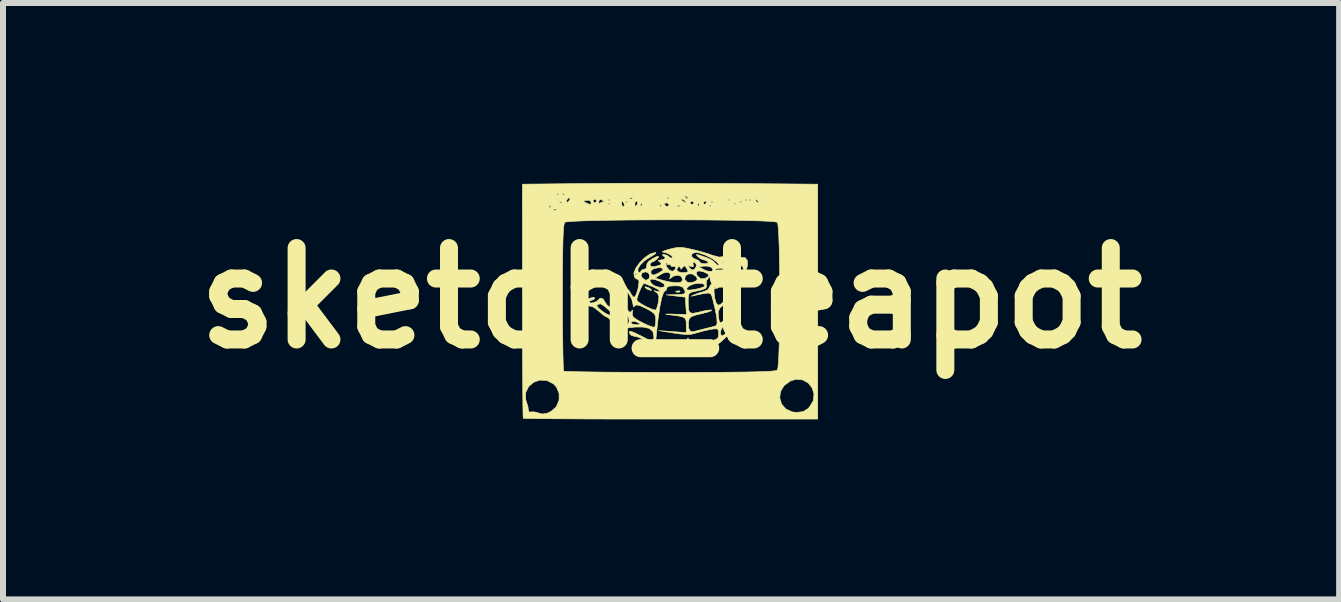
<source format=kicad_pcb>
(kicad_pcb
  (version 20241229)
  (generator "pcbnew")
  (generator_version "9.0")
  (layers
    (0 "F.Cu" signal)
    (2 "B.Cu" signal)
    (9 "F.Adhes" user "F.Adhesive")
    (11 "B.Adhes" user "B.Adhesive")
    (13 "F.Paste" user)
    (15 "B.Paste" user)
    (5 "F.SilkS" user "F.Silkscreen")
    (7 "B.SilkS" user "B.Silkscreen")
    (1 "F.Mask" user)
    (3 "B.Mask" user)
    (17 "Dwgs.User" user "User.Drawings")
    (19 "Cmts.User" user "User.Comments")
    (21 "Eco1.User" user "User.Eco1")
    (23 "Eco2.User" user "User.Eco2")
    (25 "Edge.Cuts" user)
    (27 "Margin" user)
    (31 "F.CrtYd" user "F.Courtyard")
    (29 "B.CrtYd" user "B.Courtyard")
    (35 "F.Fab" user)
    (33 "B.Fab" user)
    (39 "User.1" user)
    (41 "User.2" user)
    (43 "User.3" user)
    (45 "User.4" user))
  (footprint "sketch_teapot"
    (layer "F.Cu")
    (at 8.135 1.919)
    (property "Reference" "sketch_teapot" (at 0 0 0) (layer "F.SilkS") (effects (font (size 1.524 1.524) (thickness 0.3))))
    (attr through_hole)
    (fp_poly (pts (xy 0.15 -0.114) (xy 0.141 -0.1) (xy 0.108 -0.098) (xy 0.075 -0.106) (xy 0.089 -0.117) (xy 0.139 -0.121) (xy 0.15 -0.114)) (stroke (width 0.01) (type solid)) (fill yes) (layer "F.SilkS"))
    (fp_poly (pts (xy 0.436 0.902) (xy 0.426 0.916) (xy 0.394 0.918) (xy 0.36 0.91) (xy 0.375 0.899) (xy 0.425 0.895) (xy 0.436 0.902)) (stroke (width 0.01) (type solid)) (fill yes) (layer "F.SilkS"))
    (fp_poly (pts (xy 0.563 0.87) (xy 0.553 0.884) (xy 0.521 0.886) (xy 0.487 0.879) (xy 0.502 0.867) (xy 0.552 0.864) (xy 0.563 0.87)) (stroke (width 0.01) (type solid)) (fill yes) (layer "F.SilkS"))
    (fp_poly (pts (xy 0.656 0.836) (xy 0.652 0.855) (xy 0.635 0.857) (xy 0.609 0.846) (xy 0.614 0.836) (xy 0.652 0.832) (xy 0.656 0.836)) (stroke (width 0.01) (type solid)) (fill yes) (layer "F.SilkS"))
    (fp_poly (pts (xy -0.376 -0.174) (xy -0.349 -0.159) (xy -0.324 -0.134) (xy -0.333 -0.128) (xy -0.386 -0.144) (xy -0.413 -0.159) (xy -0.438 -0.184) (xy -0.429 -0.19) (xy -0.376 -0.174)) (stroke (width 0.01) (type solid)) (fill yes) (layer "F.SilkS"))
    (fp_poly (pts (xy 0.167 0.803) (xy 0.182 0.811) (xy 0.142 0.816) (xy 0.095 0.817) (xy 0.027 0.814) (xy 0.008 0.808) (xy 0.024 0.803) (xy 0.116 0.798) (xy 0.167 0.803)) (stroke (width 0.01) (type solid)) (fill yes) (layer "F.SilkS"))
    (fp_poly (pts (xy 0.85 -0.238) (xy 0.83 -0.212) (xy 0.782 -0.17) (xy 0.742 -0.158) (xy 0.73 -0.174) (xy 0.755 -0.198) (xy 0.802 -0.226) (xy 0.85 -0.25) (xy 0.85 -0.238)) (stroke (width 0.01) (type solid)) (fill yes) (layer "F.SilkS"))
    (fp_poly (pts (xy 0.024 -1.914) (xy 0.413 -1.914) (xy 0.786 -1.912) (xy 1.087 -1.91) (xy 2.445 -1.899) (xy 2.445 0.058) (xy 2.445 2.016) (xy -0.003 2.016) (xy -0.391 2.016) (xy -0.761 2.015) (xy -1.107 2.015) (xy -1.425 2.014) (xy -1.709 2.012) (xy -1.956 2.011) (xy -2.159 2.009) (xy -2.314 2.007) (xy -2.417 2.005) (xy -2.462 2.003) (xy -2.463 2.003) (xy -2.466 1.97) (xy -2.468 1.878) (xy -2.47 1.735) (xy -2.47 1.683) (xy -2.425 1.683) (xy -2.409 1.734) (xy -2.384 1.813) (xy -2.379 1.87) (xy -2.364 1.9) (xy -2.344 1.898) (xy -2.282 1.896) (xy -2.238 1.907) (xy -2.148 1.932) (xy -2.067 1.92) (xy -2.002 1.89) (xy -1.913 1.812) (xy -1.867 1.705) (xy -1.866 1.665) (xy 1.812 1.665) (xy 1.842 1.766) (xy 1.913 1.848) (xy 2.021 1.897) (xy 2.096 1.905) (xy 2.202 1.892) (xy 2.282 1.843) (xy 2.303 1.821) (xy 2.37 1.713) (xy 2.383 1.601) (xy 2.353 1.498) (xy 2.286 1.414) (xy 2.192 1.362) (xy 2.079 1.353) (xy 1.99 1.381) (xy 1.883 1.459) (xy 1.824 1.558) (xy 1.812 1.665) (xy -1.866 1.665) (xy -1.866 1.588) (xy -1.911 1.48) (xy -1.961 1.428) (xy -2.072 1.372) (xy -2.187 1.367) (xy -2.291 1.403) (xy -2.373 1.474) (xy -2.422 1.57) (xy -2.425 1.683) (xy -2.47 1.683) (xy -2.472 1.544) (xy -2.473 1.311) (xy -2.475 1.043) (xy -2.476 0.744) (xy -2.476 0.419) (xy -2.476 0.075) (xy -2.477 0.045) (xy -2.477 -0.015) (xy -1.81 -0.015) (xy -1.809 0.256) (xy -1.808 0.508) (xy -1.805 0.732) (xy -1.802 0.922) (xy -1.798 1.07) (xy -1.794 1.17) (xy -1.789 1.215) (xy -1.789 1.217) (xy -1.754 1.221) (xy -1.661 1.225) (xy -1.517 1.228) (xy -1.326 1.231) (xy -1.096 1.234) (xy -0.831 1.236) (xy -0.537 1.237) (xy -0.221 1.238) (xy -0.017 1.238) (xy 0.386 1.238) (xy 0.73 1.237) (xy 1.017 1.235) (xy 1.252 1.232) (xy 1.438 1.228) (xy 1.58 1.223) (xy 1.68 1.217) (xy 1.742 1.21) (xy 1.77 1.201) (xy 1.772 1.2) (xy 1.782 1.159) (xy 1.791 1.062) (xy 1.798 0.92) (xy 1.804 0.74) (xy 1.808 0.53) (xy 1.811 0.301) (xy 1.813 0.059) (xy 1.812 -0.185) (xy 1.811 -0.425) (xy 1.807 -0.65) (xy 1.803 -0.853) (xy 1.796 -1.024) (xy 1.789 -1.155) (xy 1.78 -1.238) (xy 1.772 -1.264) (xy 1.732 -1.272) (xy 1.636 -1.28) (xy 1.49 -1.287) (xy 1.303 -1.292) (xy 1.08 -1.297) (xy 0.829 -1.3) (xy 0.558 -1.303) (xy 0.273 -1.304) (xy -0.019 -1.305) (xy -0.311 -1.304) (xy -0.595 -1.303) (xy -0.864 -1.3) (xy -1.111 -1.296) (xy -1.33 -1.292) (xy -1.512 -1.286) (xy -1.651 -1.279) (xy -1.741 -1.271) (xy -1.772 -1.264) (xy -1.782 -1.235) (xy -1.791 -1.171) (xy -1.798 -1.065) (xy -1.803 -0.915) (xy -1.806 -0.716) (xy -1.809 -0.463) (xy -1.81 -0.153) (xy -1.81 -0.015) (xy -2.477 -0.015) (xy -2.477 -1.482) (xy -1.958 -1.482) (xy -1.954 -1.463) (xy -1.937 -1.46) (xy -1.911 -1.472) (xy -1.916 -1.482) (xy -1.953 -1.485) (xy -1.958 -1.482) (xy -2.477 -1.482) (xy -2.477 -1.524) (xy -2.032 -1.524) (xy -2.02 -1.498) (xy -2.011 -1.503) (xy -2.007 -1.541) (xy -2.011 -1.545) (xy -2.03 -1.541) (xy -2.032 -1.524) (xy -2.477 -1.524) (xy -2.477 -1.609) (xy -1.863 -1.609) (xy -1.858 -1.59) (xy -1.841 -1.587) (xy -1.815 -1.599) (xy -1.82 -1.609) (xy -1.858 -1.612) (xy -1.863 -1.609) (xy -2.477 -1.609) (xy -2.477 -1.616) (xy -1.746 -1.616) (xy -1.727 -1.598) (xy -1.714 -1.603) (xy -1.703 -1.619) (xy -1.46 -1.619) (xy -1.447 -1.606) (xy -1.402 -1.582) (xy -1.351 -1.561) (xy -1.341 -1.558) (xy -1.334 -1.581) (xy -1.333 -1.601) (xy -1.348 -1.619) (xy -1.302 -1.619) (xy -1.278 -1.588) (xy -1.27 -1.587) (xy -1.26 -1.595) (xy -1.204 -1.595) (xy -1.196 -1.565) (xy -1.191 -1.572) (xy -1.048 -1.572) (xy -1.032 -1.556) (xy -1.016 -1.572) (xy -0.826 -1.572) (xy -0.809 -1.529) (xy -0.795 -1.524) (xy -0.777 -1.547) (xy -0.782 -1.572) (xy -0.603 -1.572) (xy -0.596 -1.529) (xy -0.591 -1.524) (xy -0.57 -1.549) (xy -0.567 -1.556) (xy -0.508 -1.556) (xy -0.496 -1.53) (xy -0.487 -1.535) (xy -0.486 -1.54) (xy -0.191 -1.54) (xy -0.175 -1.524) (xy -0.159 -1.54) (xy -0.175 -1.556) (xy -0.191 -1.54) (xy -0.486 -1.54) (xy -0.483 -1.572) (xy -0.114 -1.572) (xy -0.111 -1.556) (xy -0.071 -1.525) (xy -0.062 -1.524) (xy -0.036 -1.545) (xy 0.106 -1.545) (xy 0.11 -1.526) (xy 0.127 -1.524) (xy 0.153 -1.536) (xy 0.148 -1.545) (xy 0.11 -1.549) (xy 0.106 -1.545) (xy -0.036 -1.545) (xy -0.033 -1.548) (xy -0.032 -1.556) (xy -0.058 -1.584) (xy -0.081 -1.587) (xy 0.318 -1.587) (xy 0.342 -1.557) (xy 0.349 -1.556) (xy 0.445 -1.556) (xy 0.456 -1.53) (xy 0.466 -1.535) (xy 0.466 -1.54) (xy 0.635 -1.54) (xy 0.651 -1.524) (xy 0.667 -1.54) (xy 0.651 -1.556) (xy 0.635 -1.54) (xy 0.466 -1.54) (xy 0.469 -1.572) (xy 0.466 -1.577) (xy 0.447 -1.573) (xy 0.445 -1.556) (xy 0.349 -1.556) (xy 0.38 -1.58) (xy 0.381 -1.587) (xy 0.54 -1.587) (xy 0.551 -1.557) (xy 0.554 -1.556) (xy 0.573 -1.572) (xy 1.048 -1.572) (xy 1.064 -1.556) (xy 1.079 -1.572) (xy 1.064 -1.587) (xy 1.048 -1.572) (xy 0.573 -1.572) (xy 0.581 -1.578) (xy 0.587 -1.587) (xy 0.586 -1.603) (xy 0.667 -1.603) (xy 0.683 -1.587) (xy 0.699 -1.603) (xy 1.143 -1.603) (xy 1.159 -1.587) (xy 1.175 -1.603) (xy 1.159 -1.619) (xy 1.143 -1.603) (xy 0.699 -1.603) (xy 0.683 -1.619) (xy 0.667 -1.603) (xy 0.586 -1.603) (xy 0.585 -1.617) (xy 0.573 -1.619) (xy 0.541 -1.596) (xy 0.54 -1.587) (xy 0.381 -1.587) (xy 0.357 -1.618) (xy 0.349 -1.619) (xy 0.318 -1.595) (xy 0.318 -1.587) (xy -0.081 -1.587) (xy -0.114 -1.572) (xy -0.483 -1.572) (xy -0.483 -1.572) (xy -0.487 -1.577) (xy -0.506 -1.573) (xy -0.508 -1.556) (xy -0.567 -1.556) (xy -0.56 -1.572) (xy -0.559 -1.613) (xy -0.572 -1.619) (xy -0.6 -1.594) (xy -0.603 -1.572) (xy -0.782 -1.572) (xy -0.799 -1.603) (xy -0.762 -1.603) (xy -0.746 -1.587) (xy -0.73 -1.603) (xy -0.746 -1.619) (xy -0.762 -1.603) (xy -0.799 -1.603) (xy -0.805 -1.613) (xy -0.813 -1.619) (xy -0.824 -1.593) (xy -0.826 -1.572) (xy -1.016 -1.572) (xy -1.032 -1.587) (xy -1.048 -1.572) (xy -1.191 -1.572) (xy -1.185 -1.58) (xy -1.152 -1.604) (xy -1.135 -1.599) (xy -1.117 -1.598) (xy -1.124 -1.614) (xy -1.149 -1.635) (xy -1.048 -1.635) (xy -1.032 -1.619) (xy -1.016 -1.635) (xy -1.019 -1.638) (xy 0.168 -1.638) (xy 0.191 -1.619) (xy 0.241 -1.591) (xy 0.248 -1.601) (xy 0.238 -1.619) (xy 0.214 -1.635) (xy 0.953 -1.635) (xy 0.968 -1.619) (xy 0.984 -1.635) (xy 1.238 -1.635) (xy 1.254 -1.619) (xy 1.27 -1.635) (xy 1.302 -1.635) (xy 1.318 -1.619) (xy 1.333 -1.635) (xy 1.327 -1.642) (xy 1.402 -1.642) (xy 1.41 -1.624) (xy 1.442 -1.59) (xy 1.46 -1.597) (xy 1.46 -1.602) (xy 1.438 -1.628) (xy 1.424 -1.638) (xy 1.402 -1.642) (xy 1.327 -1.642) (xy 1.318 -1.651) (xy 1.302 -1.635) (xy 1.27 -1.635) (xy 1.254 -1.651) (xy 1.238 -1.635) (xy 0.984 -1.635) (xy 0.968 -1.651) (xy 0.953 -1.635) (xy 0.214 -1.635) (xy 0.192 -1.649) (xy 0.181 -1.651) (xy 0.168 -1.638) (xy -1.019 -1.638) (xy -1.032 -1.651) (xy -1.048 -1.635) (xy -1.149 -1.635) (xy -1.166 -1.649) (xy -1.198 -1.631) (xy -1.204 -1.595) (xy -1.26 -1.595) (xy -1.239 -1.612) (xy -1.238 -1.619) (xy -1.262 -1.65) (xy -1.27 -1.651) (xy -1.301 -1.627) (xy -1.302 -1.619) (xy -1.348 -1.619) (xy -1.358 -1.632) (xy -1.432 -1.627) (xy -1.46 -1.619) (xy -1.703 -1.619) (xy -1.684 -1.645) (xy -1.683 -1.655) (xy -1.702 -1.672) (xy -1.714 -1.667) (xy -1.745 -1.625) (xy -1.746 -1.616) (xy -2.477 -1.616) (xy -2.477 -1.672) (xy -0.688 -1.672) (xy -0.684 -1.653) (xy -0.667 -1.651) (xy -0.641 -1.663) (xy -0.643 -1.667) (xy -0.064 -1.667) (xy -0.048 -1.651) (xy -0.032 -1.667) (xy -0.048 -1.683) (xy -0.064 -1.667) (xy -0.643 -1.667) (xy -0.646 -1.672) (xy -0.683 -1.676) (xy -0.688 -1.672) (xy -2.477 -1.672) (xy -2.477 -1.705) (xy 0.227 -1.705) (xy 0.235 -1.688) (xy 0.267 -1.654) (xy 0.285 -1.661) (xy 0.286 -1.665) (xy 0.263 -1.692) (xy 0.249 -1.702) (xy 0.227 -1.705) (xy -2.477 -1.705) (xy -2.477 -1.73) (xy -1.905 -1.73) (xy -1.889 -1.714) (xy -1.873 -1.73) (xy -1.81 -1.73) (xy -1.794 -1.714) (xy -1.778 -1.73) (xy -1.794 -1.746) (xy -1.81 -1.73) (xy -1.873 -1.73) (xy -1.889 -1.746) (xy -1.905 -1.73) (xy -2.477 -1.73) (xy -2.477 -1.899) (xy -1.373 -1.91) (xy -1.079 -1.912) (xy -0.738 -1.914) (xy -0.365 -1.914) (xy 0.024 -1.914)) (stroke (width 0.01) (type solid)) (fill yes) (layer "F.SilkS"))
    (fp_poly (pts (xy 0.24 -0.836) (xy 0.364 -0.809) (xy 0.494 -0.776) (xy 0.614 -0.74) (xy 0.694 -0.712) (xy 0.805 -0.683) (xy 0.917 -0.698) (xy 1.017 -0.72) (xy 1.106 -0.73) (xy 1.111 -0.73) (xy 1.163 -0.725) (xy 1.158 -0.707) (xy 1.143 -0.695) (xy 1.119 -0.673) (xy 1.149 -0.673) (xy 1.169 -0.677) (xy 1.239 -0.672) (xy 1.273 -0.623) (xy 1.273 -0.537) (xy 1.239 -0.424) (xy 1.172 -0.292) (xy 1.126 -0.221) (xy 1.076 -0.131) (xy 1.051 -0.048) (xy 1.052 0.012) (xy 1.079 0.032) (xy 1.099 0.06) (xy 1.11 0.131) (xy 1.111 0.164) (xy 1.107 0.24) (xy 1.095 0.275) (xy 1.089 0.275) (xy 1.054 0.279) (xy 0.998 0.321) (xy 0.933 0.386) (xy 0.874 0.46) (xy 0.835 0.528) (xy 0.826 0.562) (xy 0.831 0.616) (xy 0.855 0.629) (xy 0.903 0.598) (xy 0.985 0.523) (xy 0.991 0.517) (xy 1.057 0.458) (xy 1.101 0.428) (xy 1.111 0.431) (xy 1.09 0.466) (xy 1.033 0.532) (xy 0.951 0.616) (xy 0.921 0.645) (xy 0.838 0.722) (xy 0.778 0.77) (xy 0.751 0.783) (xy 0.751 0.776) (xy 0.756 0.742) (xy 0.725 0.736) (xy 0.664 0.747) (xy 0.495 0.788) (xy 0.384 0.825) (xy 0.323 0.862) (xy 0.306 0.899) (xy 0.298 0.93) (xy 0.26 0.946) (xy 0.176 0.95) (xy 0.131 0.95) (xy 0.02 0.944) (xy -0.073 0.93) (xy -0.111 0.919) (xy -0.122 0.905) (xy -0.071 0.902) (xy 0.04 0.909) (xy 0.254 0.928) (xy 0.254 0.797) (xy 0.26 0.717) (xy 0.276 0.671) (xy 0.283 0.667) (xy 0.299 0.692) (xy 0.295 0.73) (xy 0.288 0.766) (xy 0.296 0.786) (xy 0.331 0.789) (xy 0.404 0.777) (xy 0.525 0.75) (xy 0.564 0.741) (xy 0.681 0.712) (xy 0.75 0.688) (xy 0.783 0.661) (xy 0.793 0.622) (xy 0.794 0.593) (xy 0.79 0.535) (xy 0.767 0.512) (xy 0.707 0.514) (xy 0.666 0.52) (xy 0.546 0.546) (xy 0.426 0.579) (xy 0.418 0.582) (xy 0.341 0.602) (xy 0.257 0.607) (xy 0.145 0.597) (xy 0.046 0.582) (xy -0.206 0.542) (xy 0.024 0.558) (xy 0.254 0.575) (xy 0.254 0.448) (xy 0.252 0.386) (xy 0.24 0.345) (xy 0.206 0.318) (xy 0.138 0.3) (xy 0.025 0.284) (xy -0.064 0.273) (xy -0.09 0.268) (xy -0.06 0.265) (xy 0.02 0.266) (xy 0.041 0.267) (xy 0.257 0.273) (xy 0.244 0.082) (xy 0.286 0.082) (xy 0.29 0.183) (xy 0.309 0.238) (xy 0.358 0.254) (xy 0.447 0.239) (xy 0.518 0.22) (xy 0.605 0.202) (xy 0.668 0.198) (xy 0.677 0.2) (xy 0.668 0.212) (xy 0.61 0.233) (xy 0.514 0.258) (xy 0.508 0.259) (xy 0.397 0.287) (xy 0.333 0.312) (xy 0.303 0.344) (xy 0.292 0.392) (xy 0.291 0.394) (xy 0.292 0.499) (xy 0.323 0.555) (xy 0.373 0.56) (xy 0.437 0.542) (xy 0.533 0.518) (xy 0.572 0.508) (xy 0.665 0.485) (xy 0.735 0.466) (xy 0.75 0.461) (xy 0.768 0.423) (xy 0.763 0.329) (xy 0.736 0.185) (xy 0.697 0.026) (xy 0.68 -0.036) (xy 0.66 -0.072) (xy 0.625 -0.085) (xy 0.56 -0.079) (xy 0.45 -0.057) (xy 0.397 -0.045) (xy 0.333 -0.031) (xy 0.397 -0.061) (xy 0.478 -0.091) (xy 0.548 -0.109) (xy 0.572 -0.12) (xy 0.715 -0.12) (xy 0.723 -0.04) (xy 0.727 0) (xy 0.747 0.069) (xy 0.761 0.094) (xy 0.788 0.119) (xy 0.827 0.104) (xy 0.871 0.065) (xy 0.929 0.019) (xy 0.967 0.006) (xy 0.97 0.007) (xy 0.959 0.035) (xy 0.909 0.085) (xy 0.881 0.107) (xy 0.813 0.168) (xy 0.786 0.225) (xy 0.788 0.301) (xy 0.801 0.374) (xy 0.819 0.412) (xy 0.822 0.413) (xy 0.857 0.394) (xy 0.921 0.347) (xy 0.961 0.315) (xy 1.031 0.252) (xy 1.073 0.201) (xy 1.079 0.185) (xy 1.066 0.127) (xy 1.034 0.056) (xy 0.995 -0.008) (xy 0.96 -0.044) (xy 0.949 -0.045) (xy 0.922 -0.04) (xy 0.93 -0.069) (xy 0.968 -0.116) (xy 1.007 -0.168) (xy 1.016 -0.195) (xy 0.998 -0.201) (xy 0.966 -0.177) (xy 0.913 -0.133) (xy 0.895 -0.141) (xy 0.905 -0.191) (xy 0.908 -0.242) (xy 0.889 -0.254) (xy 0.87 -0.274) (xy 0.877 -0.292) (xy 0.87 -0.301) (xy 0.825 -0.276) (xy 0.804 -0.261) (xy 0.73 -0.188) (xy 0.715 -0.12) (xy 0.572 -0.12) (xy 0.611 -0.137) (xy 0.635 -0.171) (xy 0.659 -0.22) (xy 0.706 -0.263) (xy 0.753 -0.307) (xy 0.752 -0.314) (xy 1.067 -0.314) (xy 1.068 -0.279) (xy 1.096 -0.279) (xy 1.134 -0.317) (xy 1.162 -0.375) (xy 1.16 -0.407) (xy 1.129 -0.404) (xy 1.092 -0.365) (xy 1.067 -0.314) (xy 0.752 -0.314) (xy 0.746 -0.344) (xy 0.742 -0.349) (xy 0.689 -0.368) (xy 0.632 -0.344) (xy 0.591 -0.292) (xy 0.586 -0.232) (xy 0.592 -0.191) (xy 0.575 -0.163) (xy 0.523 -0.141) (xy 0.425 -0.118) (xy 0.389 -0.111) (xy 0.33 -0.096) (xy 0.299 -0.069) (xy 0.287 -0.014) (xy 0.286 0.082) (xy 0.244 0.082) (xy 0.238 -0.016) (xy 0.079 -0.035) (xy -0.079 -0.054) (xy 0.086 -0.059) (xy 0.182 -0.063) (xy 0.227 -0.075) (xy 0.236 -0.101) (xy 0.226 -0.135) (xy 0.208 -0.163) (xy 0.261 -0.163) (xy 0.265 -0.138) (xy 0.309 -0.133) (xy 0.385 -0.143) (xy 0.477 -0.162) (xy 0.541 -0.185) (xy 0.553 -0.193) (xy 0.56 -0.223) (xy 0.521 -0.242) (xy 0.453 -0.247) (xy 0.374 -0.234) (xy 0.301 -0.202) (xy 0.261 -0.164) (xy 0.261 -0.163) (xy 0.208 -0.163) (xy 0.197 -0.181) (xy 0.144 -0.202) (xy 0.06 -0.206) (xy -0.035 -0.199) (xy -0.071 -0.175) (xy -0.071 -0.167) (xy -0.081 -0.13) (xy -0.092 -0.127) (xy -0.124 -0.096) (xy -0.156 -0.004) (xy -0.187 0.147) (xy -0.217 0.352) (xy -0.24 0.561) (xy -0.259 0.758) (xy -0.048 0.784) (xy -0.154 0.789) (xy -0.226 0.799) (xy -0.246 0.826) (xy -0.243 0.841) (xy -0.242 0.882) (xy -0.255 0.889) (xy -0.281 0.863) (xy -0.286 0.832) (xy -0.312 0.788) (xy -0.379 0.735) (xy -0.467 0.684) (xy -0.556 0.647) (xy -0.618 0.635) (xy -0.667 0.617) (xy -0.695 0.579) (xy -0.689 0.552) (xy -0.656 0.558) (xy -0.583 0.589) (xy -0.495 0.633) (xy -0.401 0.683) (xy -0.33 0.718) (xy -0.301 0.73) (xy -0.29 0.703) (xy -0.286 0.636) (xy -0.286 0.636) (xy -0.304 0.554) (xy -0.364 0.504) (xy -0.471 0.482) (xy -0.594 0.482) (xy -0.703 0.493) (xy -0.762 0.513) (xy -0.787 0.548) (xy -0.808 0.594) (xy -0.841 0.591) (xy -0.89 0.537) (xy -0.942 0.46) (xy -0.998 0.38) (xy -1.045 0.328) (xy -1.064 0.318) (xy -1.106 0.298) (xy -1.17 0.248) (xy -1.19 0.23) (xy -1.258 0.174) (xy -1.309 0.143) (xy -1.317 0.141) (xy -1.37 0.13) (xy -1.388 0.125) (xy -1.238 0.125) (xy -1.214 0.162) (xy -1.156 0.212) (xy -1.087 0.258) (xy -1.029 0.284) (xy -1.019 0.286) (xy -0.986 0.31) (xy -0.984 0.321) (xy -0.967 0.373) (xy -0.926 0.437) (xy -0.876 0.494) (xy -0.835 0.523) (xy -0.823 0.522) (xy -0.794 0.485) (xy -0.794 0.478) (xy -0.816 0.434) (xy -0.871 0.366) (xy -0.794 0.366) (xy -0.776 0.419) (xy -0.773 0.423) (xy -0.729 0.444) (xy -0.706 0.413) (xy -0.667 0.413) (xy -0.639 0.436) (xy -0.579 0.444) (xy -0.524 0.439) (xy -0.526 0.423) (xy -0.54 0.413) (xy -0.607 0.385) (xy -0.655 0.39) (xy -0.667 0.413) (xy -0.706 0.413) (xy -0.703 0.407) (xy -0.699 0.365) (xy -0.715 0.301) (xy -0.746 0.286) (xy -0.782 0.311) (xy -0.794 0.366) (xy -0.871 0.366) (xy -0.873 0.364) (xy -0.951 0.281) (xy -1.035 0.2) (xy -1.112 0.134) (xy -1.168 0.098) (xy -1.179 0.095) (xy -1.228 0.109) (xy -1.238 0.125) (xy -1.388 0.125) (xy -1.424 0.114) (xy -1.474 0.093) (xy -1.469 0.071) (xy -1.439 0.05) (xy -1.357 0.004) (xy -1.296 -0.015) (xy -1.27 -0.001) (xy -1.27 0.001) (xy -1.296 0.028) (xy -1.318 0.032) (xy -1.36 0.05) (xy -1.365 0.066) (xy -1.342 0.082) (xy -1.29 0.076) (xy -1.237 0.054) (xy -1.212 0.028) (xy -1.178 -0.000297) (xy -1.132 0.015) (xy -1.102 0.063) (xy -1.062 0.121) (xy -1.003 0.158) (xy -0.943 0.191) (xy -0.921 0.221) (xy -0.894 0.246) (xy -0.841 0.254) (xy -0.777 0.235) (xy -0.765 0.187) (xy -0.8 0.134) (xy -0.822 0.092) (xy -0.818 0.077) (xy -0.793 0.089) (xy -0.755 0.143) (xy -0.745 0.16) (xy -0.706 0.224) (xy -0.678 0.236) (xy -0.661 0.219) (xy -0.64 0.199) (xy -0.643 0.235) (xy -0.645 0.246) (xy -0.645 0.289) (xy -0.617 0.327) (xy -0.548 0.372) (xy -0.476 0.41) (xy -0.38 0.455) (xy -0.306 0.482) (xy -0.273 0.485) (xy -0.26 0.443) (xy -0.254 0.367) (xy -0.254 0.36) (xy -0.26 0.297) (xy -0.287 0.252) (xy -0.349 0.208) (xy -0.417 0.172) (xy -0.514 0.127) (xy -0.572 0.113) (xy -0.603 0.126) (xy -0.607 0.132) (xy -0.628 0.148) (xy -0.634 0.104) (xy -0.635 0.1) (xy -0.651 0.032) (xy -0.572 0.032) (xy -0.546 0.063) (xy -0.482 0.105) (xy -0.401 0.149) (xy -0.321 0.184) (xy -0.264 0.199) (xy -0.25 0.196) (xy -0.232 0.153) (xy -0.212 0.075) (xy -0.209 0.058) (xy -0.202 -0.028) (xy -0.223 -0.078) (xy -0.245 -0.095) (xy -0.283 -0.122) (xy -0.268 -0.121) (xy -0.246 -0.115) (xy -0.195 -0.106) (xy -0.191 -0.121) (xy -0.226 -0.15) (xy -0.291 -0.184) (xy -0.31 -0.192) (xy -0.39 -0.223) (xy -0.442 -0.244) (xy -0.448 -0.247) (xy -0.469 -0.227) (xy -0.502 -0.167) (xy -0.536 -0.089) (xy -0.562 -0.015) (xy -0.572 0.032) (xy -0.651 0.032) (xy -0.653 0.023) (xy -0.697 -0.062) (xy -0.701 -0.067) (xy -0.736 -0.126) (xy -0.741 -0.157) (xy -0.738 -0.159) (xy -0.705 -0.133) (xy -0.67 -0.075) (xy -0.634 -0.021) (xy -0.604 -0.019) (xy -0.578 -0.066) (xy -0.555 -0.139) (xy -0.539 -0.218) (xy -0.534 -0.282) (xy -0.544 -0.309) (xy -0.546 -0.308) (xy -0.587 -0.326) (xy -0.611 -0.353) (xy -0.614 -0.373) (xy -0.499 -0.373) (xy -0.476 -0.334) (xy -0.42 -0.296) (xy -0.41 -0.301) (xy -0.352 -0.301) (xy -0.341 -0.262) (xy -0.299 -0.22) (xy -0.262 -0.2) (xy -0.171 -0.174) (xy -0.12 -0.186) (xy -0.104 -0.213) (xy -0.123 -0.241) (xy -0.181 -0.276) (xy -0.254 -0.305) (xy -0.321 -0.317) (xy -0.322 -0.318) (xy -0.352 -0.301) (xy -0.41 -0.301) (xy -0.373 -0.317) (xy -0.365 -0.334) (xy -0.266 -0.334) (xy -0.141 -0.297) (xy -0.031 -0.271) (xy 0.075 -0.257) (xy 0.087 -0.256) (xy 0.16 -0.263) (xy 0.188 -0.293) (xy 0.191 -0.318) (xy 0.189 -0.321) (xy 0.228 -0.321) (xy 0.233 -0.305) (xy 0.278 -0.262) (xy 0.352 -0.259) (xy 0.411 -0.284) (xy 0.44 -0.316) (xy 0.418 -0.359) (xy 0.415 -0.363) (xy 0.356 -0.402) (xy 0.291 -0.403) (xy 0.242 -0.374) (xy 0.228 -0.321) (xy 0.189 -0.321) (xy 0.166 -0.365) (xy 0.107 -0.382) (xy 0.039 -0.366) (xy 0.004 -0.341) (xy -0.023 -0.32) (xy -0.016 -0.352) (xy -0.014 -0.357) (xy -0.014 -0.41) (xy -0.057 -0.432) (xy -0.127 -0.419) (xy -0.178 -0.392) (xy -0.266 -0.334) (xy -0.365 -0.334) (xy -0.355 -0.36) (xy -0.37 -0.412) (xy -0.38 -0.418) (xy -0.336 -0.418) (xy -0.336 -0.416) (xy -0.314 -0.388) (xy -0.284 -0.386) (xy -0.224 -0.41) (xy -0.208 -0.418) (xy -0.142 -0.459) (xy -0.133 -0.491) (xy -0.18 -0.507) (xy -0.198 -0.508) (xy -0.281 -0.494) (xy -0.333 -0.46) (xy -0.336 -0.418) (xy -0.38 -0.418) (xy -0.419 -0.438) (xy -0.474 -0.426) (xy -0.483 -0.418) (xy -0.499 -0.373) (xy -0.614 -0.373) (xy -0.617 -0.397) (xy -0.603 -0.397) (xy -0.587 -0.381) (xy -0.572 -0.397) (xy -0.587 -0.413) (xy -0.603 -0.397) (xy -0.617 -0.397) (xy -0.62 -0.418) (xy -0.586 -0.502) (xy -0.521 -0.592) (xy -0.439 -0.674) (xy -0.349 -0.735) (xy -0.266 -0.76) (xy -0.257 -0.761) (xy -0.253 -0.747) (xy -0.297 -0.714) (xy -0.351 -0.684) (xy -0.443 -0.623) (xy -0.513 -0.553) (xy -0.552 -0.487) (xy -0.549 -0.438) (xy -0.539 -0.428) (xy -0.51 -0.432) (xy -0.508 -0.443) (xy -0.482 -0.472) (xy -0.46 -0.476) (xy -0.416 -0.494) (xy -0.409 -0.508) (xy -0.401 -0.57) (xy -0.401 -0.574) (xy -0.373 -0.611) (xy -0.312 -0.655) (xy -0.246 -0.689) (xy -0.212 -0.697) (xy -0.21 -0.68) (xy -0.234 -0.651) (xy -0.287 -0.612) (xy -0.315 -0.603) (xy -0.345 -0.578) (xy -0.349 -0.555) (xy -0.334 -0.523) (xy -0.277 -0.524) (xy -0.262 -0.528) (xy -0.182 -0.551) (xy -0.159 -0.573) (xy -0.166 -0.581) (xy -0.084 -0.581) (xy -0.077 -0.527) (xy -0.036 -0.473) (xy 0.019 -0.446) (xy 0.02 -0.446) (xy 0.062 -0.47) (xy 0.068 -0.482) (xy 0.093 -0.482) (xy 0.113 -0.443) (xy 0.177 -0.424) (xy 0.191 -0.423) (xy 0.257 -0.429) (xy 0.266 -0.433) (xy 0.421 -0.433) (xy 0.431 -0.384) (xy 0.446 -0.364) (xy 0.493 -0.323) (xy 0.551 -0.325) (xy 0.585 -0.337) (xy 0.631 -0.369) (xy 0.614 -0.404) (xy 0.54 -0.439) (xy 0.52 -0.443) (xy 0.73 -0.443) (xy 0.752 -0.382) (xy 0.8 -0.359) (xy 0.852 -0.376) (xy 0.883 -0.435) (xy 0.883 -0.435) (xy 0.876 -0.484) (xy 0.826 -0.5) (xy 0.811 -0.5) (xy 0.747 -0.484) (xy 0.73 -0.443) (xy 0.52 -0.443) (xy 0.461 -0.454) (xy 0.421 -0.433) (xy 0.266 -0.433) (xy 0.285 -0.442) (xy 0.285 -0.442) (xy 0.269 -0.481) (xy 0.254 -0.508) (xy 0.224 -0.54) (xy 0.195 -0.514) (xy 0.191 -0.508) (xy 0.165 -0.481) (xy 0.159 -0.502) (xy 0.141 -0.528) (xy 0.127 -0.524) (xy 0.093 -0.482) (xy 0.068 -0.482) (xy 0.076 -0.496) (xy 0.079 -0.532) (xy 0.048 -0.528) (xy 0.007 -0.528) (xy 0.001 -0.54) (xy 0.289 -0.54) (xy 0.299 -0.516) (xy 0.312 -0.499) (xy 0.355 -0.466) (xy 0.396 -0.485) (xy 0.416 -0.523) (xy 0.46 -0.523) (xy 0.556 -0.47) (xy 0.628 -0.444) (xy 0.681 -0.446) (xy 0.7 -0.472) (xy 0.677 -0.51) (xy 0.623 -0.532) (xy 0.557 -0.534) (xy 0.941 -0.534) (xy 0.949 -0.484) (xy 0.95 -0.48) (xy 0.972 -0.402) (xy 0.971 -0.362) (xy 0.969 -0.33) (xy 0.975 -0.342) (xy 1.003 -0.369) (xy 1.015 -0.366) (xy 1.043 -0.381) (xy 1.077 -0.438) (xy 1.08 -0.447) (xy 1.091 -0.492) (xy 1.143 -0.492) (xy 1.16 -0.45) (xy 1.175 -0.445) (xy 1.203 -0.47) (xy 1.206 -0.492) (xy 1.189 -0.534) (xy 1.175 -0.54) (xy 1.147 -0.514) (xy 1.143 -0.492) (xy 1.091 -0.492) (xy 1.101 -0.535) (xy 1.081 -0.585) (xy 1.024 -0.589) (xy 0.987 -0.573) (xy 0.941 -0.534) (xy 0.557 -0.534) (xy 0.552 -0.534) (xy 0.46 -0.523) (xy 0.416 -0.523) (xy 0.423 -0.538) (xy 0.421 -0.563) (xy 0.39 -0.6) (xy 0.379 -0.603) (xy 0.364 -0.58) (xy 0.37 -0.555) (xy 0.371 -0.522) (xy 0.329 -0.529) (xy 0.289 -0.54) (xy 0.001 -0.54) (xy 0 -0.543) (xy -0.02 -0.561) (xy -0.032 -0.556) (xy -0.062 -0.561) (xy -0.066 -0.578) (xy -0.073 -0.601) (xy -0.084 -0.581) (xy -0.166 -0.581) (xy -0.185 -0.601) (xy -0.191 -0.604) (xy -0.215 -0.627) (xy -0.181 -0.634) (xy -0.167 -0.635) (xy -0.109 -0.649) (xy -0.098 -0.681) (xy -0.135 -0.709) (xy -0.147 -0.723) (xy -0.121 -0.728) (xy -0.064 -0.713) (xy -0.048 -0.699) (xy -0.004 -0.668) (xy 0.006 -0.667) (xy 0.029 -0.678) (xy 0.013 -0.701) (xy 0.339 -0.701) (xy 0.375 -0.662) (xy 0.399 -0.653) (xy 0.457 -0.628) (xy 0.476 -0.603) (xy 0.503 -0.579) (xy 0.557 -0.572) (xy 0.612 -0.582) (xy 0.619 -0.603) (xy 0.573 -0.632) (xy 0.551 -0.635) (xy 0.492 -0.656) (xy 0.452 -0.687) (xy 0.42 -0.723) (xy 0.437 -0.726) (xy 0.478 -0.714) (xy 0.596 -0.674) (xy 0.67 -0.64) (xy 0.717 -0.603) (xy 0.728 -0.591) (xy 0.774 -0.549) (xy 0.798 -0.54) (xy 0.799 -0.558) (xy 0.765 -0.6) (xy 0.857 -0.6) (xy 0.864 -0.576) (xy 0.895 -0.578) (xy 0.966 -0.608) (xy 0.967 -0.608) (xy 1.033 -0.648) (xy 1.043 -0.674) (xy 0.999 -0.675) (xy 0.953 -0.662) (xy 0.887 -0.631) (xy 0.857 -0.601) (xy 0.857 -0.6) (xy 0.765 -0.6) (xy 0.763 -0.603) (xy 0.681 -0.663) (xy 0.573 -0.717) (xy 0.467 -0.754) (xy 0.412 -0.762) (xy 0.353 -0.743) (xy 0.339 -0.701) (xy 0.013 -0.701) (xy 0.011 -0.705) (xy -0.035 -0.736) (xy -0.091 -0.759) (xy -0.123 -0.764) (xy -0.148 -0.771) (xy -0.113 -0.789) (xy -0.032 -0.814) (xy 0.069 -0.838) (xy 0.151 -0.846) (xy 0.24 -0.836)) (stroke (width 0.01) (type solid)) (fill yes) (layer "F.SilkS")))
  (gr_rect
    (start -3 -3)
    (end 19.271 6.941)
    (stroke (width 0.1) (type default))
    (fill no)
    (layer "Edge.Cuts")))
</source>
